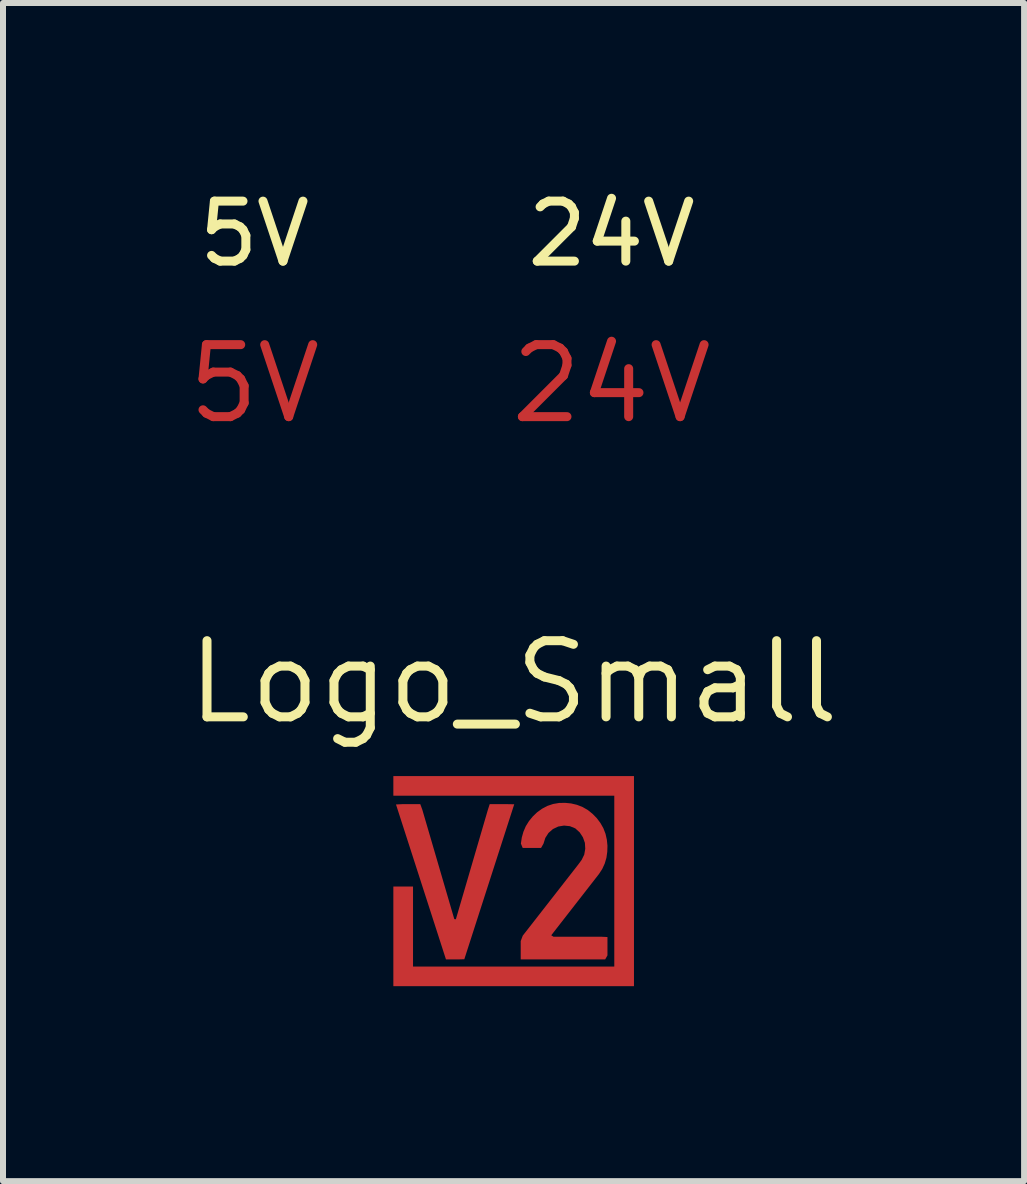
<source format=kicad_pcb>
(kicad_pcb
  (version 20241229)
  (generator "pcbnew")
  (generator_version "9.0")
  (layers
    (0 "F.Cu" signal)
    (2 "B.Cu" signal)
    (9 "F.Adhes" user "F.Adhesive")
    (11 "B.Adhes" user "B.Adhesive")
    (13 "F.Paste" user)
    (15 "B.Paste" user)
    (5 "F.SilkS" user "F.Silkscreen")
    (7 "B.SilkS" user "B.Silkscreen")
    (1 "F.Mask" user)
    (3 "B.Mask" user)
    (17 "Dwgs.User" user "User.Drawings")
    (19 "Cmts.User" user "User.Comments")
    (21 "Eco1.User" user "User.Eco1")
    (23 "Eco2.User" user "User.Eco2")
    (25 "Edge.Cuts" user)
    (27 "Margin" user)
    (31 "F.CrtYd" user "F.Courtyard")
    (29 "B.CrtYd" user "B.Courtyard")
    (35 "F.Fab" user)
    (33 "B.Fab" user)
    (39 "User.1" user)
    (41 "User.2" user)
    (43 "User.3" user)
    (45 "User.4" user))
  (footprint "Logo_Small"
    (layer "F.Cu")
    (at 5.511 11.639)
    (property "Reference" "Logo_Small" (at 0 -3.319 0) (layer "F.SilkS") (effects (font (size 1.27 1.27) (thickness 0.15))))
    (attr exclude_from_pos_files exclude_from_bom allow_missing_courtyard)
    (fp_poly (pts (xy 2.007 1.75) (xy -2.004 1.75) (xy -2.004 0.089) (xy -1.676 0.089) (xy -1.676 1.423) (xy 1.679 1.423) (xy 1.679 -1.425) (xy -2.004 -1.425) (xy -2.004 -1.752) (xy 2.007 -1.752)) (stroke (width 0) (type solid)) (fill yes) (layer "F.Cu"))
    (fp_poly (pts (xy -1.521 -1.191) (xy -0.988 0.632) (xy -0.962 0.635) (xy -0.429 -1.188) (xy -0.398 -1.284) (xy -0.094 -1.284) (xy 0.011 -1.282) (xy -0.821 1.301) (xy -0.923 1.304) (xy -1.127 1.304) (xy -1.96 -1.279) (xy -1.859 -1.284) (xy -1.555 -1.284)) (stroke (width 0) (type solid)) (fill yes) (layer "F.Cu"))
    (fp_poly (pts (xy 0.959 -1.296) (xy 1.057 -1.273) (xy 1.151 -1.236) (xy 1.238 -1.186) (xy 1.316 -1.123) (xy 1.387 -1.051) (xy 1.447 -0.971) (xy 1.497 -0.883) (xy 1.533 -0.789) (xy 1.555 -0.691) (xy 1.565 -0.591) (xy 1.562 -0.491) (xy 1.548 -0.391) (xy 1.52 -0.295) (xy 1.478 -0.203) (xy 1.423 -0.119) (xy 0.628 0.902) (xy 0.666 0.926) (xy 1.465 0.926) (xy 1.565 0.931) (xy 1.565 1.237) (xy 1.527 1.304) (xy 0.119 1.304) (xy 0.119 0.998) (xy 0.153 0.908) (xy 1.076 -0.275) (xy 1.135 -0.355) (xy 1.178 -0.443) (xy 1.195 -0.54) (xy 1.189 -0.639) (xy 1.156 -0.731) (xy 1.102 -0.814) (xy 1.029 -0.88) (xy 0.939 -0.917) (xy 0.841 -0.927) (xy 0.744 -0.911) (xy 0.656 -0.869) (xy 0.582 -0.804) (xy 0.529 -0.721) (xy 0.499 -0.626) (xy 0.458 -0.554) (xy 0.152 -0.554) (xy 0.122 -0.627) (xy 0.137 -0.728) (xy 0.164 -0.824) (xy 0.204 -0.917) (xy 0.257 -1.002) (xy 0.321 -1.08) (xy 0.393 -1.149) (xy 0.475 -1.208) (xy 0.564 -1.255) (xy 0.659 -1.287) (xy 0.759 -1.304) (xy 0.859 -1.306)) (stroke (width 0) (type solid)) (fill yes) (layer "F.Cu"))
    (fp_poly (pts (xy 2.007 1.75) (xy -2.004 1.75) (xy -2.004 0.089) (xy -1.676 0.089) (xy -1.676 1.423) (xy 1.679 1.423) (xy 1.679 -1.425) (xy -2.004 -1.425) (xy -2.004 -1.752) (xy 2.007 -1.752)) (stroke (width 0) (type solid)) (fill yes) (layer "F.Mask"))
    (fp_poly (pts (xy -1.521 -1.191) (xy -0.988 0.632) (xy -0.962 0.635) (xy -0.429 -1.188) (xy -0.398 -1.284) (xy -0.094 -1.284) (xy 0.011 -1.282) (xy -0.821 1.301) (xy -0.923 1.304) (xy -1.127 1.304) (xy -1.96 -1.279) (xy -1.859 -1.284) (xy -1.555 -1.284)) (stroke (width 0) (type solid)) (fill yes) (layer "F.Mask"))
    (fp_poly (pts (xy 0.959 -1.296) (xy 1.057 -1.273) (xy 1.151 -1.236) (xy 1.238 -1.186) (xy 1.316 -1.123) (xy 1.387 -1.051) (xy 1.447 -0.971) (xy 1.497 -0.883) (xy 1.533 -0.789) (xy 1.555 -0.691) (xy 1.565 -0.591) (xy 1.562 -0.491) (xy 1.548 -0.391) (xy 1.52 -0.295) (xy 1.478 -0.203) (xy 1.423 -0.119) (xy 0.628 0.902) (xy 0.666 0.926) (xy 1.465 0.926) (xy 1.565 0.931) (xy 1.565 1.237) (xy 1.527 1.304) (xy 0.119 1.304) (xy 0.119 0.998) (xy 0.153 0.908) (xy 1.076 -0.275) (xy 1.135 -0.355) (xy 1.178 -0.443) (xy 1.195 -0.54) (xy 1.189 -0.639) (xy 1.156 -0.731) (xy 1.102 -0.814) (xy 1.029 -0.88) (xy 0.939 -0.917) (xy 0.841 -0.927) (xy 0.744 -0.911) (xy 0.656 -0.869) (xy 0.582 -0.804) (xy 0.529 -0.721) (xy 0.499 -0.626) (xy 0.458 -0.554) (xy 0.152 -0.554) (xy 0.122 -0.627) (xy 0.137 -0.728) (xy 0.164 -0.824) (xy 0.204 -0.917) (xy 0.257 -1.002) (xy 0.321 -1.08) (xy 0.393 -1.149) (xy 0.475 -1.208) (xy 0.564 -1.255) (xy 0.659 -1.287) (xy 0.759 -1.304) (xy 0.859 -1.306)) (stroke (width 0) (type solid)) (fill yes) (layer "F.Mask"))
    (zone (net_name "") (layer "F.Cu") (hatch edge 0.508) (connect_pads) (min_thickness 0.254) (filled_areas_thickness no) (keepout (tracks not_allowed) (vias not_allowed) (pads not_allowed) (copperpour not_allowed) (footprints allowed)) (placement (enabled no)) (fill) (polygon (pts (xy 3.211 13.639) (xy 7.811 13.639) (xy 7.811 9.634) (xy 3.211 9.634) (xy 3.211 10.239) (xy 3.611 11.439) (xy 3.211 11.439)))))
  (footprint "5V"
    (layer "F.Cu")
    (at 1.191 3.348)
    (property "Reference" "5V" (at 0 -2.5 0) (unlocked yes) (layer "F.SilkS") (effects (font (size 1 1) (thickness 0.15))))
    (attr exclude_from_pos_files exclude_from_bom allow_missing_courtyard)
    (fp_text user "5V" (at 0 0 0) (unlocked yes) (layer "F.Cu") (effects (font (size 1.2 1.2) (thickness 0.15))))
    (fp_text user "5V" (at 0 0 0) (unlocked yes) (layer "F.Mask") (effects (font (size 1.2 1.2) (thickness 0.15)))))
  (footprint "24V"
    (layer "F.Cu")
    (at 7.144 3.348)
    (property "Reference" "24V" (at 0 -2.5 0) (unlocked yes) (layer "F.SilkS") (effects (font (size 1 1) (thickness 0.15))))
    (attr exclude_from_pos_files exclude_from_bom allow_missing_courtyard)
    (fp_text user "24V" (at 0 0 0) (unlocked yes) (layer "F.Cu") (effects (font (size 1.2 1.2) (thickness 0.15))))
    (fp_text user "24V" (at 0 0 0) (unlocked yes) (layer "F.Mask") (effects (font (size 1.2 1.2) (thickness 0.15)))))
  (gr_rect
    (start -3 -3)
    (end 14.021 16.639)
    (stroke (width 0.1) (type default))
    (fill no)
    (layer "Edge.Cuts")))
</source>
